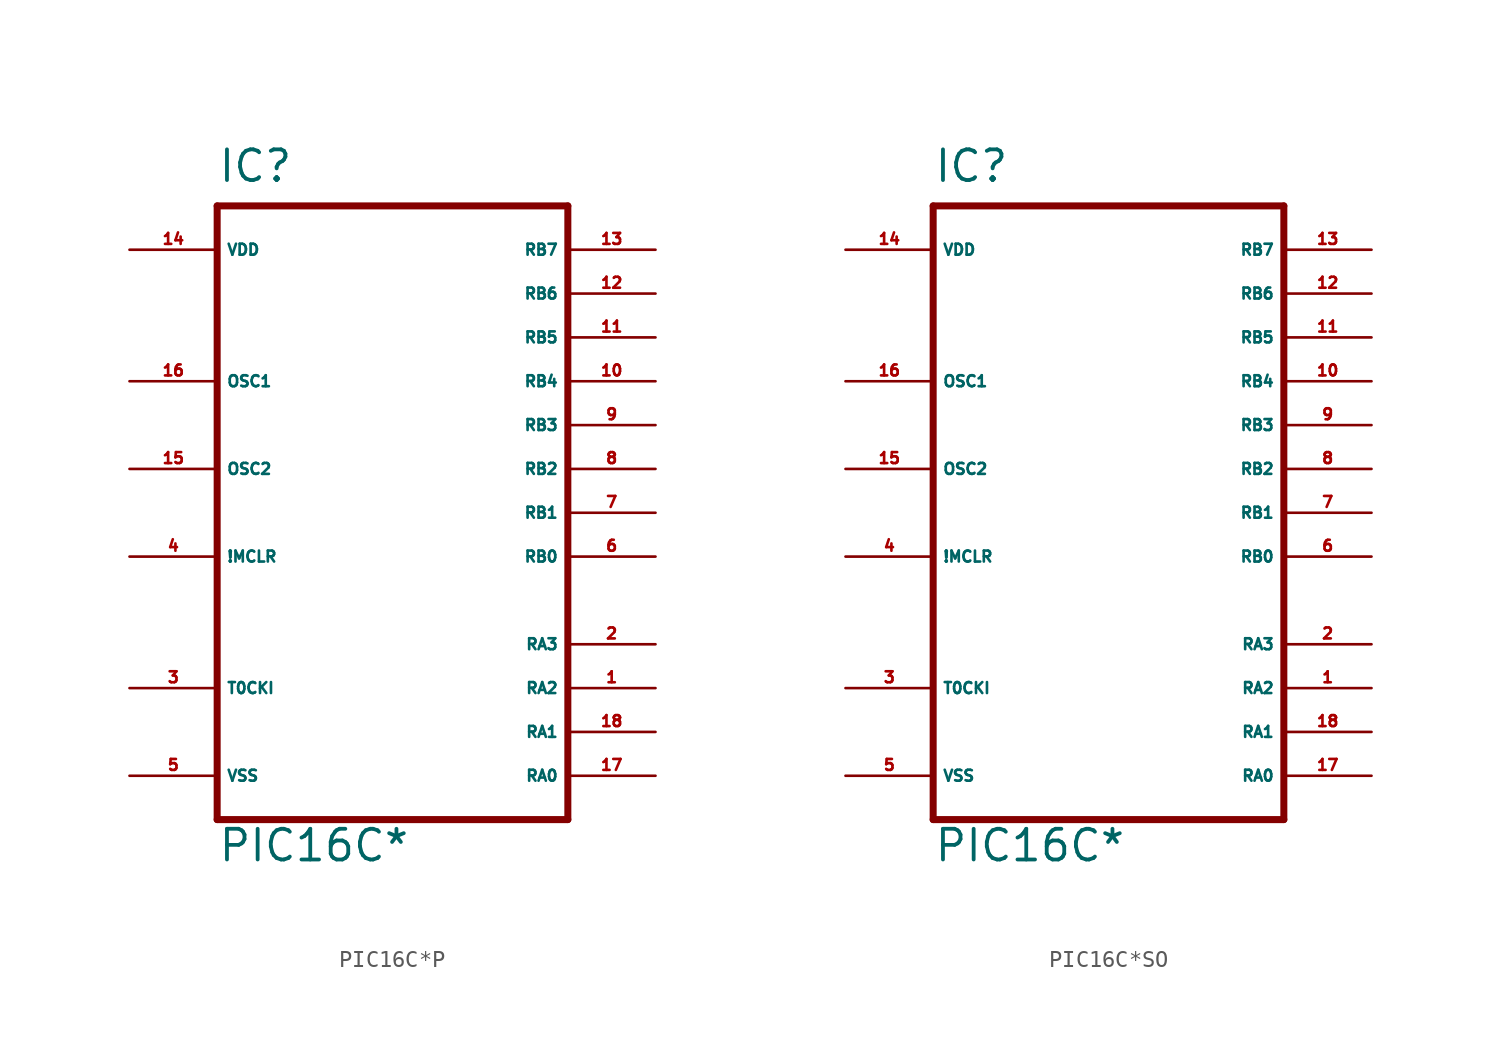
<source format=kicad_sym>
(kicad_symbol_lib
  (version 20220914)
  (generator Eagle2Kicad)
  (symbol "PIC16C*P"
    (property "Reference" "IC"
      (at -10.16 21.59 0)
      (effects (font (size 1.778 1.778) (thickness 0.22)) (justify left bottom)))
    (property "Value" "PIC16C*"
      (at -10.16 -17.78 0)
      (effects (font (size 1.778 1.778) (thickness 0.22)) (justify left bottom)))
    (polyline
      (pts (xy -10.16 20.32) (xy 10.16 20.32))
      (stroke (width 0.406) (type default))
      (fill (type none)))
    (polyline
      (pts (xy 10.16 20.32) (xy 10.16 -15.24))
      (stroke (width 0.406) (type default))
      (fill (type none)))
    (polyline
      (pts (xy 10.16 -15.24) (xy -10.16 -15.24))
      (stroke (width 0.406) (type default))
      (fill (type none)))
    (polyline
      (pts (xy -10.16 -15.24) (xy -10.16 20.32))
      (stroke (width 0.406) (type default))
      (fill (type none)))
    (pin input line
      (at -15.24 -7.62 0)
      (length 5.08)
      (name "T0CKI" (effects (font (size 0.635 0.635) (thickness 0.08)) (justify left bottom)))
      (number "3" (effects (font (size 0.635 0.635) (thickness 0.08)) (justify left bottom))))
    (pin input line
      (at -15.24 0 0)
      (length 5.08)
      (name "!MCLR" (effects (font (size 0.635 0.635) (thickness 0.08)) (justify left bottom)))
      (number "4" (effects (font (size 0.635 0.635) (thickness 0.08)) (justify left bottom))))
    (pin input line
      (at -15.24 10.16 0)
      (length 5.08)
      (name "OSC1" (effects (font (size 0.635 0.635) (thickness 0.08)) (justify left bottom)))
      (number "16" (effects (font (size 0.635 0.635) (thickness 0.08)) (justify left bottom))))
    (pin bidirectional line
      (at 15.24 -12.7 180)
      (length 5.08)
      (name "RA0" (effects (font (size 0.635 0.635) (thickness 0.08)) (justify left bottom)))
      (number "17" (effects (font (size 0.635 0.635) (thickness 0.08)) (justify left bottom))))
    (pin bidirectional line
      (at 15.24 -10.16 180)
      (length 5.08)
      (name "RA1" (effects (font (size 0.635 0.635) (thickness 0.08)) (justify left bottom)))
      (number "18" (effects (font (size 0.635 0.635) (thickness 0.08)) (justify left bottom))))
    (pin bidirectional line
      (at 15.24 -7.62 180)
      (length 5.08)
      (name "RA2" (effects (font (size 0.635 0.635) (thickness 0.08)) (justify left bottom)))
      (number "1" (effects (font (size 0.635 0.635) (thickness 0.08)) (justify left bottom))))
    (pin bidirectional line
      (at 15.24 -5.08 180)
      (length 5.08)
      (name "RA3" (effects (font (size 0.635 0.635) (thickness 0.08)) (justify left bottom)))
      (number "2" (effects (font (size 0.635 0.635) (thickness 0.08)) (justify left bottom))))
    (pin bidirectional line
      (at 15.24 0 180)
      (length 5.08)
      (name "RB0" (effects (font (size 0.635 0.635) (thickness 0.08)) (justify left bottom)))
      (number "6" (effects (font (size 0.635 0.635) (thickness 0.08)) (justify left bottom))))
    (pin bidirectional line
      (at 15.24 2.54 180)
      (length 5.08)
      (name "RB1" (effects (font (size 0.635 0.635) (thickness 0.08)) (justify left bottom)))
      (number "7" (effects (font (size 0.635 0.635) (thickness 0.08)) (justify left bottom))))
    (pin bidirectional line
      (at 15.24 5.08 180)
      (length 5.08)
      (name "RB2" (effects (font (size 0.635 0.635) (thickness 0.08)) (justify left bottom)))
      (number "8" (effects (font (size 0.635 0.635) (thickness 0.08)) (justify left bottom))))
    (pin bidirectional line
      (at 15.24 7.62 180)
      (length 5.08)
      (name "RB3" (effects (font (size 0.635 0.635) (thickness 0.08)) (justify left bottom)))
      (number "9" (effects (font (size 0.635 0.635) (thickness 0.08)) (justify left bottom))))
    (pin bidirectional line
      (at 15.24 10.16 180)
      (length 5.08)
      (name "RB4" (effects (font (size 0.635 0.635) (thickness 0.08)) (justify left bottom)))
      (number "10" (effects (font (size 0.635 0.635) (thickness 0.08)) (justify left bottom))))
    (pin bidirectional line
      (at 15.24 12.7 180)
      (length 5.08)
      (name "RB5" (effects (font (size 0.635 0.635) (thickness 0.08)) (justify left bottom)))
      (number "11" (effects (font (size 0.635 0.635) (thickness 0.08)) (justify left bottom))))
    (pin bidirectional line
      (at 15.24 15.24 180)
      (length 5.08)
      (name "RB6" (effects (font (size 0.635 0.635) (thickness 0.08)) (justify left bottom)))
      (number "12" (effects (font (size 0.635 0.635) (thickness 0.08)) (justify left bottom))))
    (pin bidirectional line
      (at 15.24 17.78 180)
      (length 5.08)
      (name "RB7" (effects (font (size 0.635 0.635) (thickness 0.08)) (justify left bottom)))
      (number "13" (effects (font (size 0.635 0.635) (thickness 0.08)) (justify left bottom))))
    (pin output line
      (at -15.24 5.08 0)
      (length 5.08)
      (name "OSC2" (effects (font (size 0.635 0.635) (thickness 0.08)) (justify left bottom)))
      (number "15" (effects (font (size 0.635 0.635) (thickness 0.08)) (justify left bottom))))
    (pin unspecified line
      (at -15.24 -12.7 0)
      (length 5.08)
      (name "VSS" (effects (font (size 0.635 0.635) (thickness 0.08)) (justify left bottom)))
      (number "5" (effects (font (size 0.635 0.635) (thickness 0.08)) (justify left bottom))))
    (pin unspecified line
      (at -15.24 17.78 0)
      (length 5.08)
      (name "VDD" (effects (font (size 0.635 0.635) (thickness 0.08)) (justify left bottom)))
      (number "14" (effects (font (size 0.635 0.635) (thickness 0.08)) (justify left bottom)))))
  (symbol "PIC16C*SO"
    (property "Reference" "IC"
      (at -10.16 21.59 0)
      (effects (font (size 1.778 1.778) (thickness 0.22)) (justify left bottom)))
    (property "Value" "PIC16C*"
      (at -10.16 -17.78 0)
      (effects (font (size 1.778 1.778) (thickness 0.22)) (justify left bottom)))
    (polyline
      (pts (xy -10.16 20.32) (xy 10.16 20.32))
      (stroke (width 0.406) (type default))
      (fill (type none)))
    (polyline
      (pts (xy 10.16 20.32) (xy 10.16 -15.24))
      (stroke (width 0.406) (type default))
      (fill (type none)))
    (polyline
      (pts (xy 10.16 -15.24) (xy -10.16 -15.24))
      (stroke (width 0.406) (type default))
      (fill (type none)))
    (polyline
      (pts (xy -10.16 -15.24) (xy -10.16 20.32))
      (stroke (width 0.406) (type default))
      (fill (type none)))
    (pin input line
      (at -15.24 -7.62 0)
      (length 5.08)
      (name "T0CKI" (effects (font (size 0.635 0.635) (thickness 0.08)) (justify left bottom)))
      (number "3" (effects (font (size 0.635 0.635) (thickness 0.08)) (justify left bottom))))
    (pin input line
      (at -15.24 0 0)
      (length 5.08)
      (name "!MCLR" (effects (font (size 0.635 0.635) (thickness 0.08)) (justify left bottom)))
      (number "4" (effects (font (size 0.635 0.635) (thickness 0.08)) (justify left bottom))))
    (pin input line
      (at -15.24 10.16 0)
      (length 5.08)
      (name "OSC1" (effects (font (size 0.635 0.635) (thickness 0.08)) (justify left bottom)))
      (number "16" (effects (font (size 0.635 0.635) (thickness 0.08)) (justify left bottom))))
    (pin bidirectional line
      (at 15.24 -12.7 180)
      (length 5.08)
      (name "RA0" (effects (font (size 0.635 0.635) (thickness 0.08)) (justify left bottom)))
      (number "17" (effects (font (size 0.635 0.635) (thickness 0.08)) (justify left bottom))))
    (pin bidirectional line
      (at 15.24 -10.16 180)
      (length 5.08)
      (name "RA1" (effects (font (size 0.635 0.635) (thickness 0.08)) (justify left bottom)))
      (number "18" (effects (font (size 0.635 0.635) (thickness 0.08)) (justify left bottom))))
    (pin bidirectional line
      (at 15.24 -7.62 180)
      (length 5.08)
      (name "RA2" (effects (font (size 0.635 0.635) (thickness 0.08)) (justify left bottom)))
      (number "1" (effects (font (size 0.635 0.635) (thickness 0.08)) (justify left bottom))))
    (pin bidirectional line
      (at 15.24 -5.08 180)
      (length 5.08)
      (name "RA3" (effects (font (size 0.635 0.635) (thickness 0.08)) (justify left bottom)))
      (number "2" (effects (font (size 0.635 0.635) (thickness 0.08)) (justify left bottom))))
    (pin bidirectional line
      (at 15.24 0 180)
      (length 5.08)
      (name "RB0" (effects (font (size 0.635 0.635) (thickness 0.08)) (justify left bottom)))
      (number "6" (effects (font (size 0.635 0.635) (thickness 0.08)) (justify left bottom))))
    (pin bidirectional line
      (at 15.24 2.54 180)
      (length 5.08)
      (name "RB1" (effects (font (size 0.635 0.635) (thickness 0.08)) (justify left bottom)))
      (number "7" (effects (font (size 0.635 0.635) (thickness 0.08)) (justify left bottom))))
    (pin bidirectional line
      (at 15.24 5.08 180)
      (length 5.08)
      (name "RB2" (effects (font (size 0.635 0.635) (thickness 0.08)) (justify left bottom)))
      (number "8" (effects (font (size 0.635 0.635) (thickness 0.08)) (justify left bottom))))
    (pin bidirectional line
      (at 15.24 7.62 180)
      (length 5.08)
      (name "RB3" (effects (font (size 0.635 0.635) (thickness 0.08)) (justify left bottom)))
      (number "9" (effects (font (size 0.635 0.635) (thickness 0.08)) (justify left bottom))))
    (pin bidirectional line
      (at 15.24 10.16 180)
      (length 5.08)
      (name "RB4" (effects (font (size 0.635 0.635) (thickness 0.08)) (justify left bottom)))
      (number "10" (effects (font (size 0.635 0.635) (thickness 0.08)) (justify left bottom))))
    (pin bidirectional line
      (at 15.24 12.7 180)
      (length 5.08)
      (name "RB5" (effects (font (size 0.635 0.635) (thickness 0.08)) (justify left bottom)))
      (number "11" (effects (font (size 0.635 0.635) (thickness 0.08)) (justify left bottom))))
    (pin bidirectional line
      (at 15.24 15.24 180)
      (length 5.08)
      (name "RB6" (effects (font (size 0.635 0.635) (thickness 0.08)) (justify left bottom)))
      (number "12" (effects (font (size 0.635 0.635) (thickness 0.08)) (justify left bottom))))
    (pin bidirectional line
      (at 15.24 17.78 180)
      (length 5.08)
      (name "RB7" (effects (font (size 0.635 0.635) (thickness 0.08)) (justify left bottom)))
      (number "13" (effects (font (size 0.635 0.635) (thickness 0.08)) (justify left bottom))))
    (pin output line
      (at -15.24 5.08 0)
      (length 5.08)
      (name "OSC2" (effects (font (size 0.635 0.635) (thickness 0.08)) (justify left bottom)))
      (number "15" (effects (font (size 0.635 0.635) (thickness 0.08)) (justify left bottom))))
    (pin unspecified line
      (at -15.24 -12.7 0)
      (length 5.08)
      (name "VSS" (effects (font (size 0.635 0.635) (thickness 0.08)) (justify left bottom)))
      (number "5" (effects (font (size 0.635 0.635) (thickness 0.08)) (justify left bottom))))
    (pin unspecified line
      (at -15.24 17.78 0)
      (length 5.08)
      (name "VDD" (effects (font (size 0.635 0.635) (thickness 0.08)) (justify left bottom)))
      (number "14" (effects (font (size 0.635 0.635) (thickness 0.08)) (justify left bottom))))))
</source>
